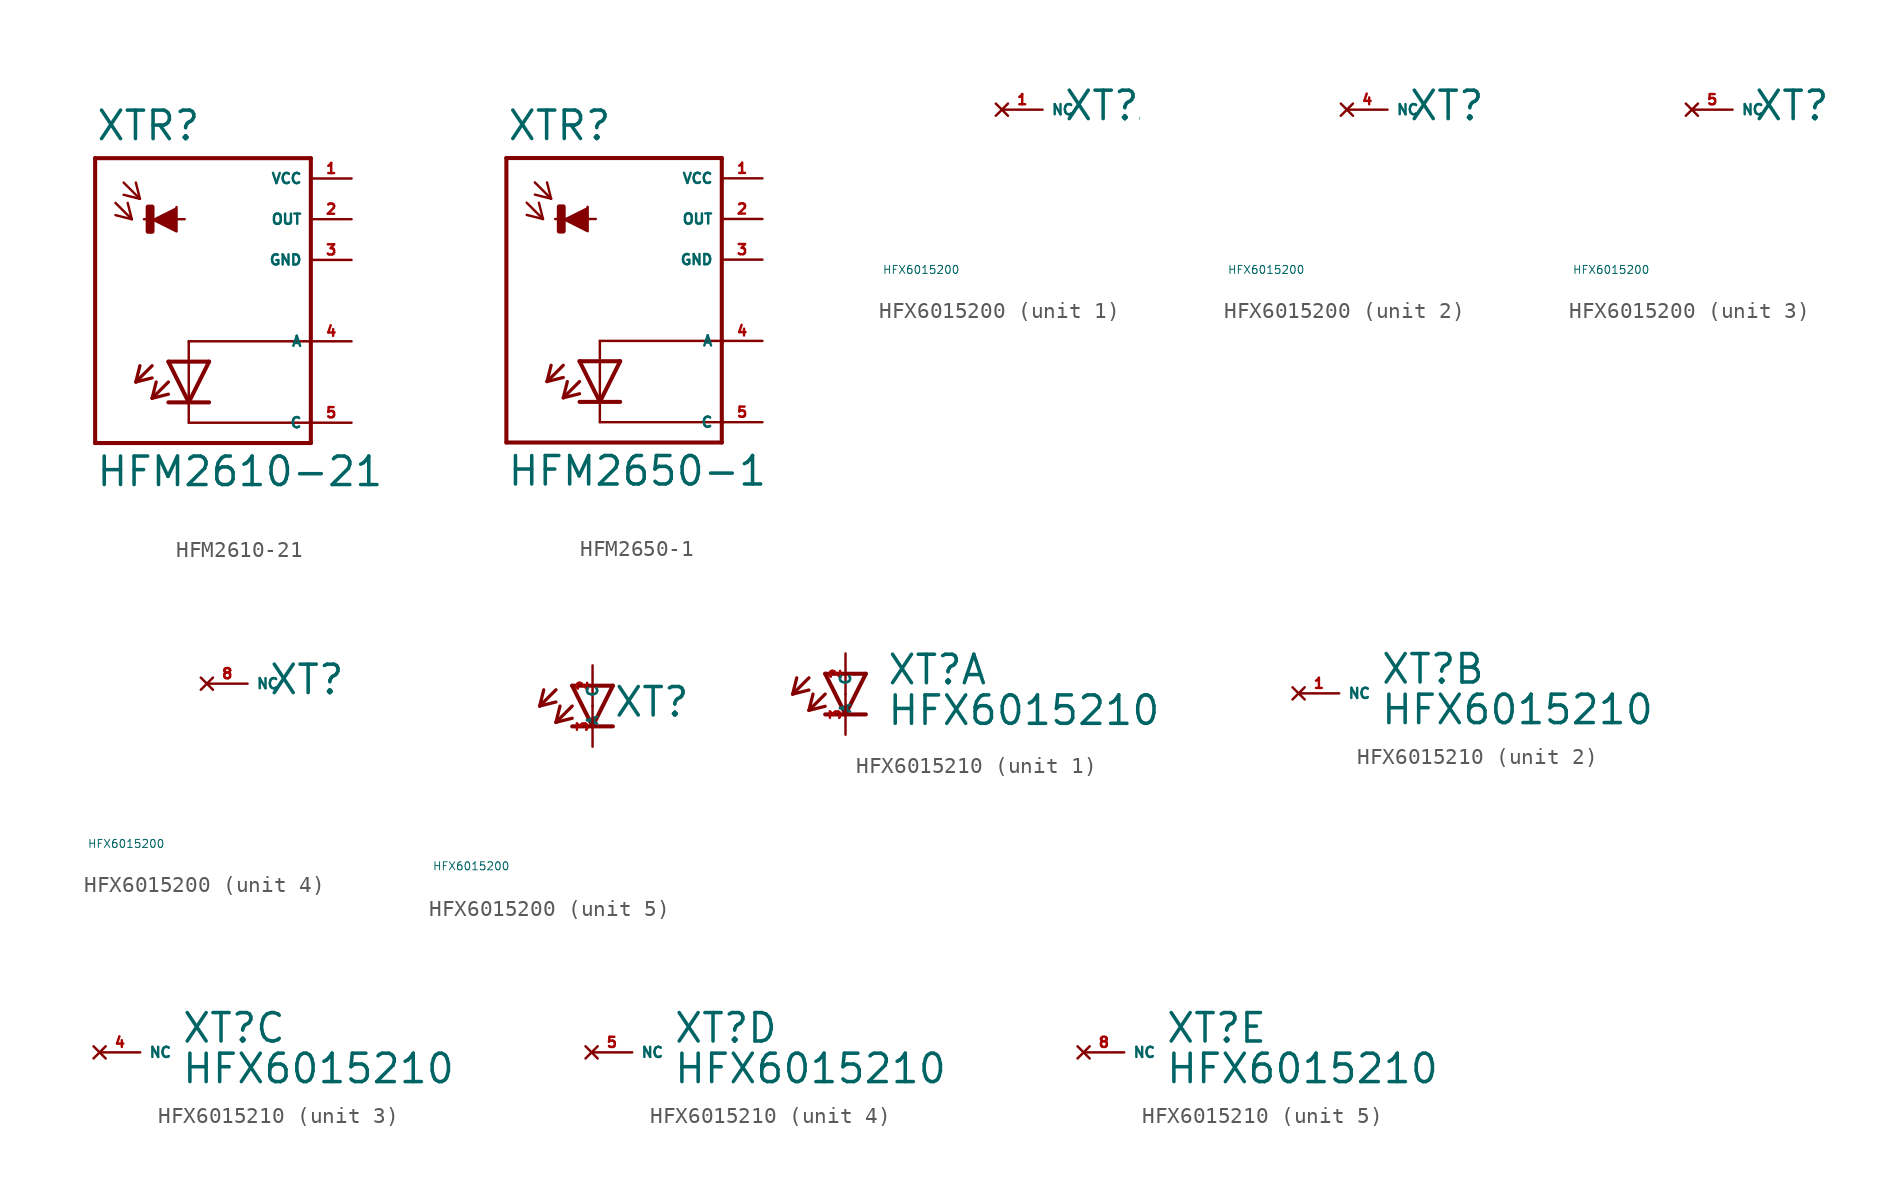
<source format=kicad_sym>
(kicad_symbol_lib
  (version 20220914)
  (generator Eagle2Kicad)
  (symbol "HFM2610-21"
    (property "Reference" "XTR"
      (at -5.842 9.881 0)
      (effects (font (size 1.778 1.778) (thickness 0.22)) (justify left bottom)))
    (property "Value" "HFM2610-21"
      (at -5.842 -11.709 0)
      (effects (font (size 1.778 1.778) (thickness 0.22)) (justify left bottom)))
    (polyline
      (pts (xy -2.286 5.08) (xy -0.762 4.318) (xy -0.762 5.842))
      (stroke (width 0.152) (type default))
      (fill (type outline)))
    (polyline
      (pts (xy -4.572 6.096) (xy -3.556 5.08))
      (stroke (width 0.152) (type default))
      (fill (type none)))
    (polyline
      (pts (xy -3.556 5.08) (xy -3.81 6.096))
      (stroke (width 0.152) (type default))
      (fill (type none)))
    (polyline
      (pts (xy -3.556 5.08) (xy -4.572 5.334))
      (stroke (width 0.152) (type default))
      (fill (type none)))
    (polyline
      (pts (xy -4.064 7.366) (xy -3.048 6.35))
      (stroke (width 0.152) (type default))
      (fill (type none)))
    (polyline
      (pts (xy -3.048 6.35) (xy -3.302 7.366))
      (stroke (width 0.152) (type default))
      (fill (type none)))
    (polyline
      (pts (xy -3.048 6.35) (xy -4.064 6.604))
      (stroke (width 0.152) (type default))
      (fill (type none)))
    (polyline
      (pts (xy 7.62 8.89) (xy 7.62 -2.54))
      (stroke (width 0.254) (type default))
      (fill (type none)))
    (polyline
      (pts (xy 7.62 -2.54) (xy 7.62 -7.62))
      (stroke (width 0.254) (type default))
      (fill (type none)))
    (polyline
      (pts (xy 7.62 -7.62) (xy 7.62 -8.89))
      (stroke (width 0.254) (type default))
      (fill (type none)))
    (polyline
      (pts (xy 7.62 -8.89) (xy -5.842 -8.89))
      (stroke (width 0.254) (type default))
      (fill (type none)))
    (polyline
      (pts (xy -5.842 -8.89) (xy -5.842 8.89))
      (stroke (width 0.254) (type default))
      (fill (type none)))
    (polyline
      (pts (xy -5.842 8.89) (xy 7.62 8.89))
      (stroke (width 0.254) (type default))
      (fill (type none)))
    (polyline
      (pts (xy -2.794 5.08) (xy -0.254 5.08))
      (stroke (width 0.152) (type default))
      (fill (type none)))
    (polyline
      (pts (xy -1.27 -3.81) (xy 0 -6.35))
      (stroke (width 0.254) (type default))
      (fill (type none)))
    (polyline
      (pts (xy 0 -6.35) (xy 1.27 -3.81))
      (stroke (width 0.254) (type default))
      (fill (type none)))
    (polyline
      (pts (xy 1.27 -6.35) (xy 0 -6.35))
      (stroke (width 0.254) (type default))
      (fill (type none)))
    (polyline
      (pts (xy 1.27 -3.81) (xy -1.27 -3.81))
      (stroke (width 0.254) (type default))
      (fill (type none)))
    (polyline
      (pts (xy 0 -6.35) (xy -1.27 -6.35))
      (stroke (width 0.254) (type default))
      (fill (type none)))
    (polyline
      (pts (xy -2.286 -4.064) (xy -3.302 -5.08))
      (stroke (width 0.203) (type default))
      (fill (type none)))
    (polyline
      (pts (xy -3.302 -5.08) (xy -2.286 -4.826))
      (stroke (width 0.203) (type default))
      (fill (type none)))
    (polyline
      (pts (xy -3.302 -5.08) (xy -3.048 -4.064))
      (stroke (width 0.203) (type default))
      (fill (type none)))
    (polyline
      (pts (xy -1.27 -5.08) (xy -2.286 -6.096))
      (stroke (width 0.203) (type default))
      (fill (type none)))
    (polyline
      (pts (xy -2.286 -6.096) (xy -1.27 -5.842))
      (stroke (width 0.203) (type default))
      (fill (type none)))
    (polyline
      (pts (xy -2.286 -6.096) (xy -2.032 -5.08))
      (stroke (width 0.203) (type default))
      (fill (type none)))
    (polyline
      (pts (xy 7.62 -2.54) (xy 0 -2.54))
      (stroke (width 0.152) (type default))
      (fill (type none)))
    (polyline
      (pts (xy 0 -2.54) (xy 0 -7.62))
      (stroke (width 0.152) (type default))
      (fill (type none)))
    (polyline
      (pts (xy 0 -7.62) (xy 7.62 -7.62))
      (stroke (width 0.152) (type default))
      (fill (type none)))
    (rectangle
      (start -2.54 4.318)
      (end -2.286 5.842)
      (stroke (width 0.3) (type default))
      (fill (type outline)))
    (pin unspecified line
      (at 10.16 7.62 180)
      (length 2.54)
      (name "VCC" (effects (font (size 0.635 0.635) (thickness 0.08)) (justify left bottom)))
      (number "1" (effects (font (size 0.635 0.635) (thickness 0.08)) (justify left bottom))))
    (pin unspecified line
      (at 10.16 2.54 180)
      (length 2.54)
      (name "GND" (effects (font (size 0.635 0.635) (thickness 0.08)) (justify left bottom)))
      (number "3" (effects (font (size 0.635 0.635) (thickness 0.08)) (justify left bottom))))
    (pin output line
      (at 10.16 5.08 180)
      (length 2.54)
      (name "OUT" (effects (font (size 0.635 0.635) (thickness 0.08)) (justify left bottom)))
      (number "2" (effects (font (size 0.635 0.635) (thickness 0.08)) (justify left bottom))))
    (pin passive line
      (at 10.16 -2.54 180)
      (length 2.54)
      (name "A" (effects (font (size 0.635 0.635) (thickness 0.08)) (justify left bottom)))
      (number "4" (effects (font (size 0.635 0.635) (thickness 0.08)) (justify left bottom))))
    (pin passive line
      (at 10.16 -7.62 180)
      (length 2.54)
      (name "C" (effects (font (size 0.635 0.635) (thickness 0.08)) (justify left bottom)))
      (number "5" (effects (font (size 0.635 0.635) (thickness 0.08)) (justify left bottom)))))
  (symbol "HFM2650-1"
    (property "Reference" "XTR"
      (at -5.842 9.881 0)
      (effects (font (size 1.778 1.778) (thickness 0.22)) (justify left bottom)))
    (property "Value" "HFM2650-1"
      (at -5.842 -11.709 0)
      (effects (font (size 1.778 1.778) (thickness 0.22)) (justify left bottom)))
    (polyline
      (pts (xy -2.286 5.08) (xy -0.762 4.318) (xy -0.762 5.842))
      (stroke (width 0.152) (type default))
      (fill (type outline)))
    (polyline
      (pts (xy -4.572 6.096) (xy -3.556 5.08))
      (stroke (width 0.152) (type default))
      (fill (type none)))
    (polyline
      (pts (xy -3.556 5.08) (xy -3.81 6.096))
      (stroke (width 0.152) (type default))
      (fill (type none)))
    (polyline
      (pts (xy -3.556 5.08) (xy -4.572 5.334))
      (stroke (width 0.152) (type default))
      (fill (type none)))
    (polyline
      (pts (xy -4.064 7.366) (xy -3.048 6.35))
      (stroke (width 0.152) (type default))
      (fill (type none)))
    (polyline
      (pts (xy -3.048 6.35) (xy -3.302 7.366))
      (stroke (width 0.152) (type default))
      (fill (type none)))
    (polyline
      (pts (xy -3.048 6.35) (xy -4.064 6.604))
      (stroke (width 0.152) (type default))
      (fill (type none)))
    (polyline
      (pts (xy 7.62 8.89) (xy 7.62 -2.54))
      (stroke (width 0.254) (type default))
      (fill (type none)))
    (polyline
      (pts (xy 7.62 -2.54) (xy 7.62 -7.62))
      (stroke (width 0.254) (type default))
      (fill (type none)))
    (polyline
      (pts (xy 7.62 -7.62) (xy 7.62 -8.89))
      (stroke (width 0.254) (type default))
      (fill (type none)))
    (polyline
      (pts (xy 7.62 -8.89) (xy -5.842 -8.89))
      (stroke (width 0.254) (type default))
      (fill (type none)))
    (polyline
      (pts (xy -5.842 -8.89) (xy -5.842 8.89))
      (stroke (width 0.254) (type default))
      (fill (type none)))
    (polyline
      (pts (xy -5.842 8.89) (xy 7.62 8.89))
      (stroke (width 0.254) (type default))
      (fill (type none)))
    (polyline
      (pts (xy -2.794 5.08) (xy -0.254 5.08))
      (stroke (width 0.152) (type default))
      (fill (type none)))
    (polyline
      (pts (xy -1.27 -3.81) (xy 0 -6.35))
      (stroke (width 0.254) (type default))
      (fill (type none)))
    (polyline
      (pts (xy 0 -6.35) (xy 1.27 -3.81))
      (stroke (width 0.254) (type default))
      (fill (type none)))
    (polyline
      (pts (xy 1.27 -6.35) (xy 0 -6.35))
      (stroke (width 0.254) (type default))
      (fill (type none)))
    (polyline
      (pts (xy 1.27 -3.81) (xy -1.27 -3.81))
      (stroke (width 0.254) (type default))
      (fill (type none)))
    (polyline
      (pts (xy 0 -6.35) (xy -1.27 -6.35))
      (stroke (width 0.254) (type default))
      (fill (type none)))
    (polyline
      (pts (xy -2.286 -4.064) (xy -3.302 -5.08))
      (stroke (width 0.203) (type default))
      (fill (type none)))
    (polyline
      (pts (xy -3.302 -5.08) (xy -2.286 -4.826))
      (stroke (width 0.203) (type default))
      (fill (type none)))
    (polyline
      (pts (xy -3.302 -5.08) (xy -3.048 -4.064))
      (stroke (width 0.203) (type default))
      (fill (type none)))
    (polyline
      (pts (xy -1.27 -5.08) (xy -2.286 -6.096))
      (stroke (width 0.203) (type default))
      (fill (type none)))
    (polyline
      (pts (xy -2.286 -6.096) (xy -1.27 -5.842))
      (stroke (width 0.203) (type default))
      (fill (type none)))
    (polyline
      (pts (xy -2.286 -6.096) (xy -2.032 -5.08))
      (stroke (width 0.203) (type default))
      (fill (type none)))
    (polyline
      (pts (xy 7.62 -2.54) (xy 0 -2.54))
      (stroke (width 0.152) (type default))
      (fill (type none)))
    (polyline
      (pts (xy 0 -2.54) (xy 0 -7.62))
      (stroke (width 0.152) (type default))
      (fill (type none)))
    (polyline
      (pts (xy 0 -7.62) (xy 7.62 -7.62))
      (stroke (width 0.152) (type default))
      (fill (type none)))
    (rectangle
      (start -2.54 4.318)
      (end -2.286 5.842)
      (stroke (width 0.3) (type default))
      (fill (type outline)))
    (pin unspecified line
      (at 10.16 7.62 180)
      (length 2.54)
      (name "VCC" (effects (font (size 0.635 0.635) (thickness 0.08)) (justify left bottom)))
      (number "1" (effects (font (size 0.635 0.635) (thickness 0.08)) (justify left bottom))))
    (pin unspecified line
      (at 10.16 2.54 180)
      (length 2.54)
      (name "GND" (effects (font (size 0.635 0.635) (thickness 0.08)) (justify left bottom)))
      (number "3" (effects (font (size 0.635 0.635) (thickness 0.08)) (justify left bottom))))
    (pin output line
      (at 10.16 5.08 180)
      (length 2.54)
      (name "OUT" (effects (font (size 0.635 0.635) (thickness 0.08)) (justify left bottom)))
      (number "2" (effects (font (size 0.635 0.635) (thickness 0.08)) (justify left bottom))))
    (pin passive line
      (at 10.16 -2.54 180)
      (length 2.54)
      (name "A" (effects (font (size 0.635 0.635) (thickness 0.08)) (justify left bottom)))
      (number "4" (effects (font (size 0.635 0.635) (thickness 0.08)) (justify left bottom))))
    (pin passive line
      (at 10.16 -7.62 180)
      (length 2.54)
      (name "C" (effects (font (size 0.635 0.635) (thickness 0.08)) (justify left bottom)))
      (number "5" (effects (font (size 0.635 0.635) (thickness 0.08)) (justify left bottom)))))
  (symbol "HFX6015200"
    (property "Reference" "XT"
      (at 1.27 -0.787 0)
      (effects (font (size 1.778 1.778) (thickness 0.22)) (justify left bottom)))
    (property "Value" "HFX6015200"
      (at -10 -10 0)
      (effects (font (size 0.5 0.5) (thickness 0.06)) (justify left)))
    (symbol "HFX6015200_1_0"
      (pin no_connect line (at -2.54 0 0) (length 2.54) (name "NC" (effects (font (size 0.635 0.635) (thickness 0.08)) (justify left bottom) hide)) (number "1" (effects (font (size 0.635 0.635) (thickness 0.08)) (justify left bottom) hide))))
    (symbol "HFX6015200_2_0"
      (pin no_connect line (at -2.54 0 0) (length 2.54) (name "NC" (effects (font (size 0.635 0.635) (thickness 0.08)) (justify left bottom) hide)) (number "4" (effects (font (size 0.635 0.635) (thickness 0.08)) (justify left bottom) hide))))
    (symbol "HFX6015200_3_0"
      (pin no_connect line (at -2.54 0 0) (length 2.54) (name "NC" (effects (font (size 0.635 0.635) (thickness 0.08)) (justify left bottom) hide)) (number "5" (effects (font (size 0.635 0.635) (thickness 0.08)) (justify left bottom) hide))))
    (symbol "HFX6015200_4_0"
      (pin no_connect line (at -2.54 0 0) (length 2.54) (name "NC" (effects (font (size 0.635 0.635) (thickness 0.08)) (justify left bottom) hide)) (number "8" (effects (font (size 0.635 0.635) (thickness 0.08)) (justify left bottom) hide))))
    (symbol "HFX6015200_5_0"
      (polyline (pts (xy -1.27 1.27) (xy 0 -1.27)) (stroke (width 0.254) (type default)) (fill (type none)))
      (polyline (pts (xy 0 -1.27) (xy 1.27 1.27)) (stroke (width 0.254) (type default)) (fill (type none)))
      (polyline (pts (xy 1.27 -1.27) (xy 0 -1.27)) (stroke (width 0.254) (type default)) (fill (type none)))
      (polyline (pts (xy 1.27 1.27) (xy -1.27 1.27)) (stroke (width 0.254) (type default)) (fill (type none)))
      (polyline (pts (xy 0 -1.27) (xy -1.27 -1.27)) (stroke (width 0.254) (type default)) (fill (type none)))
      (polyline (pts (xy -2.286 1.016) (xy -3.302 0)) (stroke (width 0.203) (type default)) (fill (type none)))
      (polyline (pts (xy -3.302 0) (xy -2.286 0.254)) (stroke (width 0.203) (type default)) (fill (type none)))
      (polyline (pts (xy -3.302 0) (xy -3.048 1.016)) (stroke (width 0.203) (type default)) (fill (type none)))
      (polyline (pts (xy -1.27 0) (xy -2.286 -1.016)) (stroke (width 0.203) (type default)) (fill (type none)))
      (polyline (pts (xy -2.286 -1.016) (xy -1.27 -0.762)) (stroke (width 0.203) (type default)) (fill (type none)))
      (polyline (pts (xy -2.286 -1.016) (xy -2.032 0)) (stroke (width 0.203) (type default)) (fill (type none)))
      (pin passive line (at 0 2.54 270) (length 2.54) (name "A" (effects (font (size 0.635 0.635) (thickness 0.08)) (justify left bottom))) (number "2" (effects (font (size 0.635 0.635) (thickness 0.08)) (justify left bottom))))
      (pin passive line (at 0 -2.54 90) (length 2.54) (name "C" (effects (font (size 0.635 0.635) (thickness 0.08)) (justify left bottom))) (number "3" (effects (font (size 0.635 0.635) (thickness 0.08)) (justify left bottom))))))
  (symbol "HFX6015210"
    (property "Reference" "XT"
      (at 2.54 0.483 0)
      (effects (font (size 1.778 1.778) (thickness 0.22)) (justify left bottom)))
    (property "Value" "HFX6015210"
      (at 2.54 -2.057 0)
      (effects (font (size 1.778 1.778) (thickness 0.22)) (justify left bottom)))
    (symbol "HFX6015210_1_0"
      (polyline (pts (xy -1.27 1.27) (xy 0 -1.27)) (stroke (width 0.254) (type default)) (fill (type none)))
      (polyline (pts (xy 0 -1.27) (xy 1.27 1.27)) (stroke (width 0.254) (type default)) (fill (type none)))
      (polyline (pts (xy 1.27 -1.27) (xy 0 -1.27)) (stroke (width 0.254) (type default)) (fill (type none)))
      (polyline (pts (xy 1.27 1.27) (xy -1.27 1.27)) (stroke (width 0.254) (type default)) (fill (type none)))
      (polyline (pts (xy 0 -1.27) (xy -1.27 -1.27)) (stroke (width 0.254) (type default)) (fill (type none)))
      (polyline (pts (xy -2.286 1.016) (xy -3.302 0)) (stroke (width 0.203) (type default)) (fill (type none)))
      (polyline (pts (xy -3.302 0) (xy -2.286 0.254)) (stroke (width 0.203) (type default)) (fill (type none)))
      (polyline (pts (xy -3.302 0) (xy -3.048 1.016)) (stroke (width 0.203) (type default)) (fill (type none)))
      (polyline (pts (xy -1.27 0) (xy -2.286 -1.016)) (stroke (width 0.203) (type default)) (fill (type none)))
      (polyline (pts (xy -2.286 -1.016) (xy -1.27 -0.762)) (stroke (width 0.203) (type default)) (fill (type none)))
      (polyline (pts (xy -2.286 -1.016) (xy -2.032 0)) (stroke (width 0.203) (type default)) (fill (type none)))
      (pin passive line (at 0 2.54 270) (length 2.54) (name "A" (effects (font (size 0.635 0.635) (thickness 0.08)) (justify left bottom))) (number "2" (effects (font (size 0.635 0.635) (thickness 0.08)) (justify left bottom))))
      (pin passive line (at 0 -2.54 90) (length 2.54) (name "C" (effects (font (size 0.635 0.635) (thickness 0.08)) (justify left bottom))) (number "3" (effects (font (size 0.635 0.635) (thickness 0.08)) (justify left bottom)))))
    (symbol "HFX6015210_2_0"
      (pin no_connect line (at -2.54 0 0) (length 2.54) (name "NC" (effects (font (size 0.635 0.635) (thickness 0.08)) (justify left bottom) hide)) (number "1" (effects (font (size 0.635 0.635) (thickness 0.08)) (justify left bottom) hide))))
    (symbol "HFX6015210_3_0"
      (pin no_connect line (at -2.54 0 0) (length 2.54) (name "NC" (effects (font (size 0.635 0.635) (thickness 0.08)) (justify left bottom) hide)) (number "4" (effects (font (size 0.635 0.635) (thickness 0.08)) (justify left bottom) hide))))
    (symbol "HFX6015210_4_0"
      (pin no_connect line (at -2.54 0 0) (length 2.54) (name "NC" (effects (font (size 0.635 0.635) (thickness 0.08)) (justify left bottom) hide)) (number "5" (effects (font (size 0.635 0.635) (thickness 0.08)) (justify left bottom) hide))))
    (symbol "HFX6015210_5_0"
      (pin no_connect line (at -2.54 0 0) (length 2.54) (name "NC" (effects (font (size 0.635 0.635) (thickness 0.08)) (justify left bottom) hide)) (number "8" (effects (font (size 0.635 0.635) (thickness 0.08)) (justify left bottom) hide))))))
</source>
